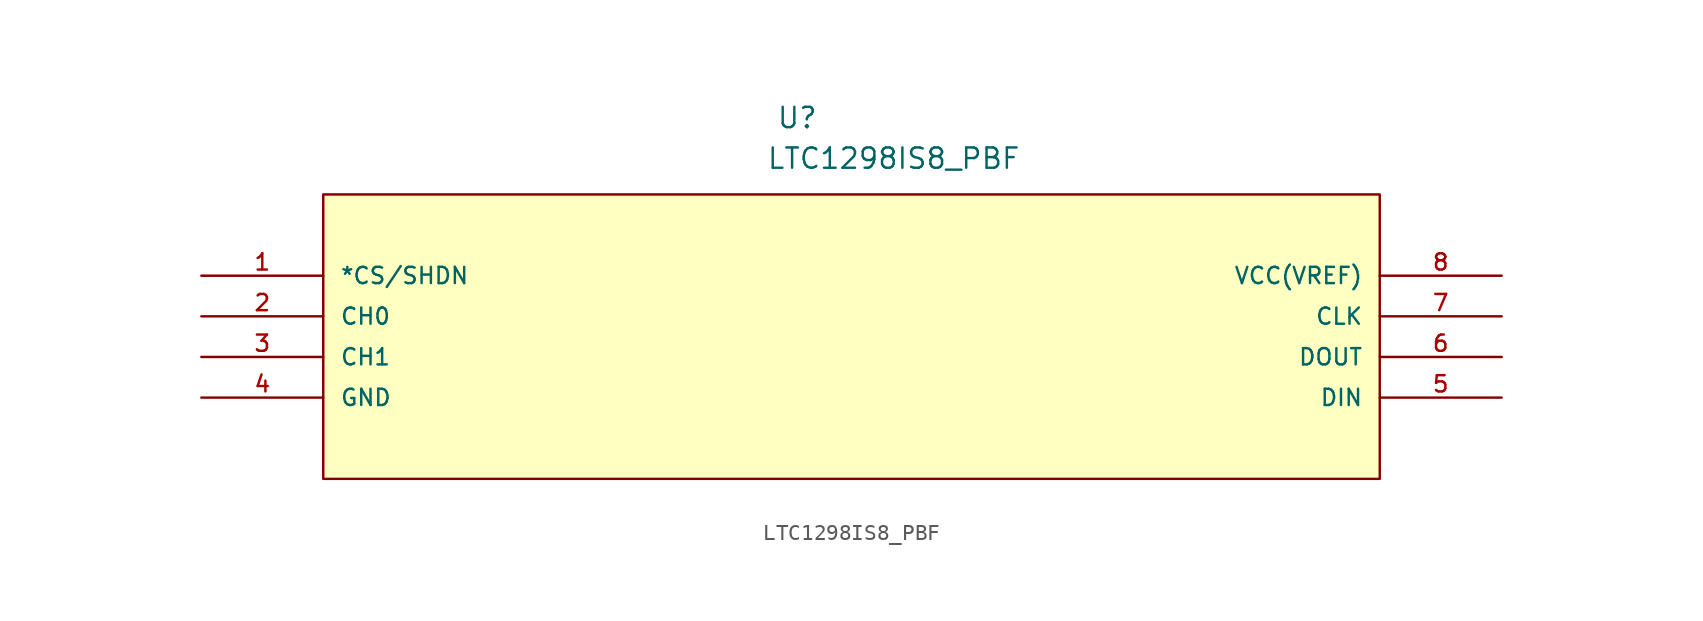
<source format=kicad_sym>
(kicad_symbol_lib
  (version 20211014)
  (generator kicad_symbol_editor)
  (symbol "LTC1298IS8_PBF"
    (pin_names
      (offset 1.016))
    (property "Reference" "U"
      (at 35.937 9.124 0.0)
      (effects (font (size 1.27 1.27)) (justify bottom left)))
    (property "Value" "LTC1298IS8_PBF"
      (at 35.314 6.585 0.0)
      (effects (font (size 1.27 1.27)) (justify bottom left)))
    (symbol "LTC1298IS8_PBF_0_0"
      (rectangle (start 7.62 -12.7) (end 73.66 5.08) (stroke (width 0.152)) (fill (type background)))
      (pin input line (at 0.0 0.0 0) (length 7.62) (name "*CS/SHDN" (effects (font (size 1.016 1.016)))) (number "1" (effects (font (size 1.016 1.016)))))
      (pin input line (at 0.0 -2.54 0) (length 7.62) (name "CH0" (effects (font (size 1.016 1.016)))) (number "2" (effects (font (size 1.016 1.016)))))
      (pin input line (at 0.0 -5.08 0) (length 7.62) (name "CH1" (effects (font (size 1.016 1.016)))) (number "3" (effects (font (size 1.016 1.016)))))
      (pin power_in line (at 0.0 -7.62 0) (length 7.62) (name "GND" (effects (font (size 1.016 1.016)))) (number "4" (effects (font (size 1.016 1.016)))))
      (pin input line (at 81.28 -7.62 180.0) (length 7.62) (name "DIN" (effects (font (size 1.016 1.016)))) (number "5" (effects (font (size 1.016 1.016)))))
      (pin output line (at 81.28 -5.08 180.0) (length 7.62) (name "DOUT" (effects (font (size 1.016 1.016)))) (number "6" (effects (font (size 1.016 1.016)))))
      (pin passive line (at 81.28 -2.54 180.0) (length 7.62) (name "CLK" (effects (font (size 1.016 1.016)))) (number "7" (effects (font (size 1.016 1.016)))))
      (pin power_in line (at 81.28 0.0 180.0) (length 7.62) (name "VCC(VREF)" (effects (font (size 1.016 1.016)))) (number "8" (effects (font (size 1.016 1.016))))))))
</source>
